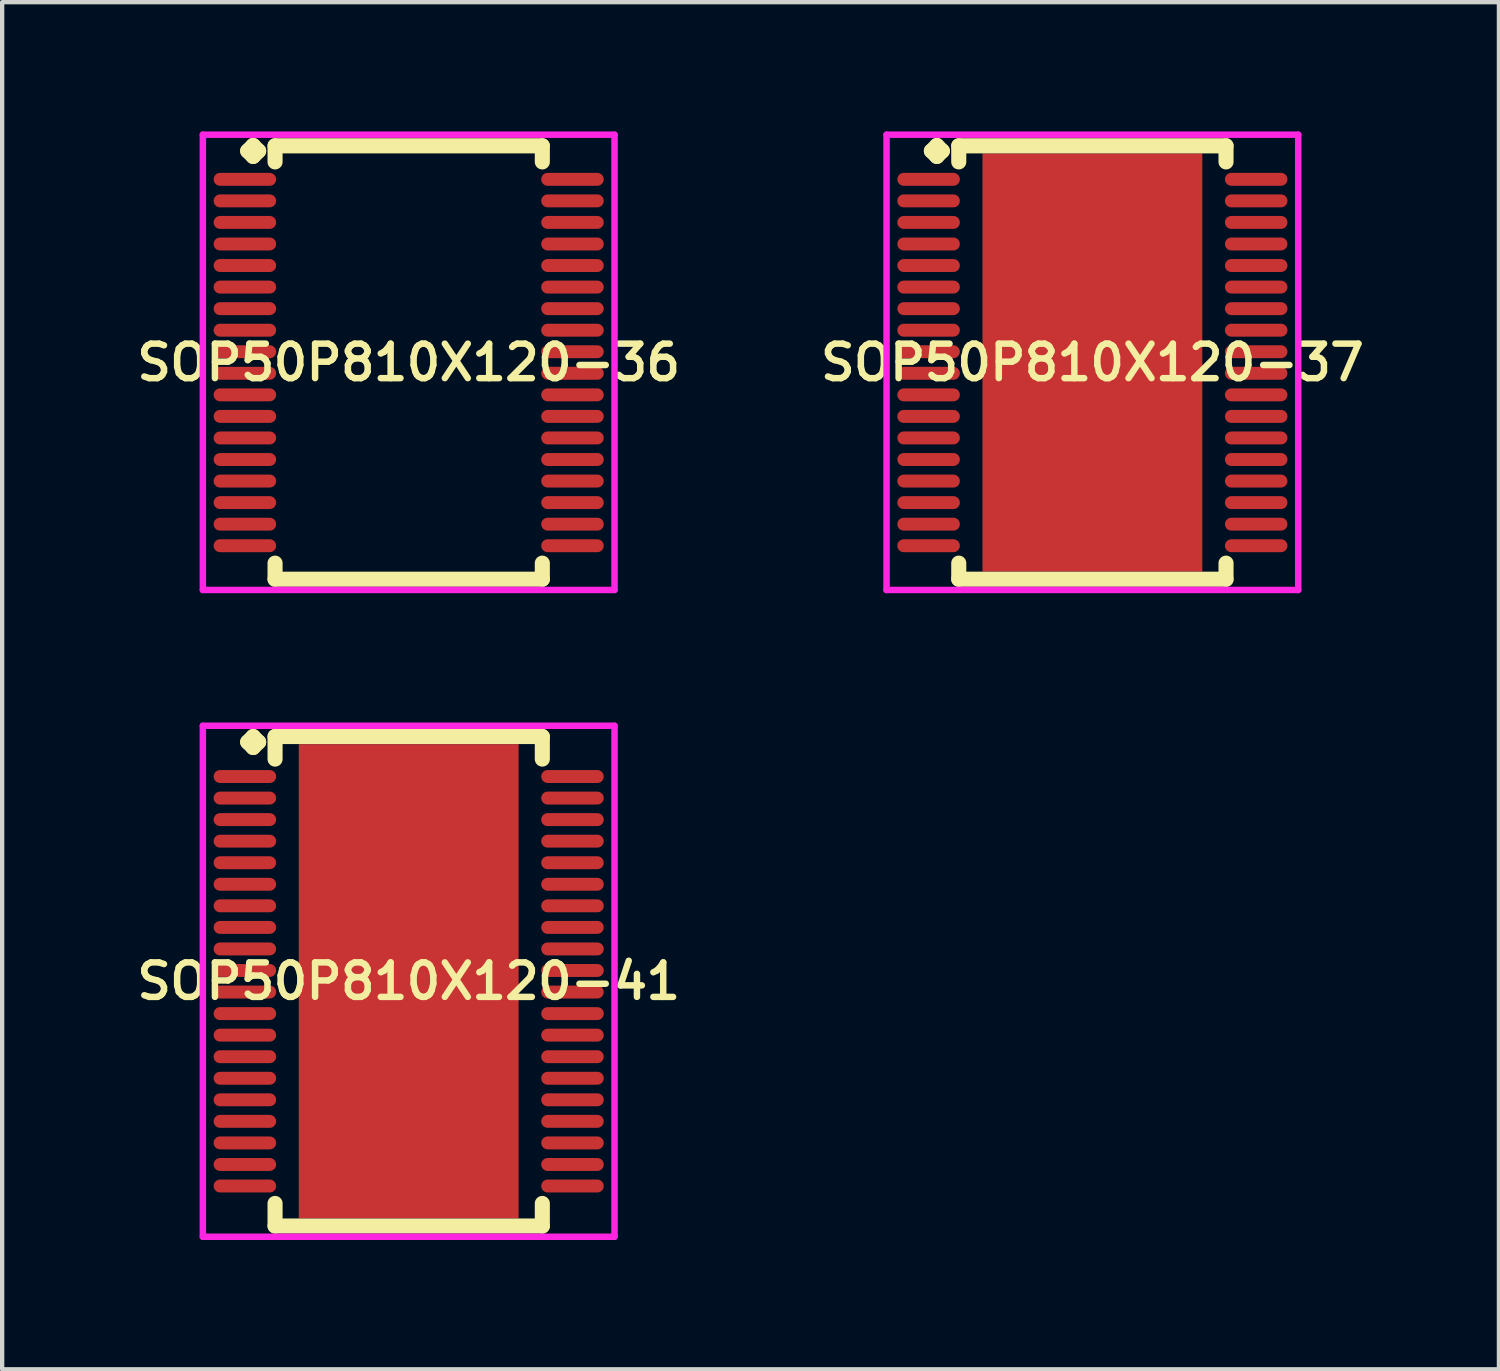
<source format=kicad_pcb>
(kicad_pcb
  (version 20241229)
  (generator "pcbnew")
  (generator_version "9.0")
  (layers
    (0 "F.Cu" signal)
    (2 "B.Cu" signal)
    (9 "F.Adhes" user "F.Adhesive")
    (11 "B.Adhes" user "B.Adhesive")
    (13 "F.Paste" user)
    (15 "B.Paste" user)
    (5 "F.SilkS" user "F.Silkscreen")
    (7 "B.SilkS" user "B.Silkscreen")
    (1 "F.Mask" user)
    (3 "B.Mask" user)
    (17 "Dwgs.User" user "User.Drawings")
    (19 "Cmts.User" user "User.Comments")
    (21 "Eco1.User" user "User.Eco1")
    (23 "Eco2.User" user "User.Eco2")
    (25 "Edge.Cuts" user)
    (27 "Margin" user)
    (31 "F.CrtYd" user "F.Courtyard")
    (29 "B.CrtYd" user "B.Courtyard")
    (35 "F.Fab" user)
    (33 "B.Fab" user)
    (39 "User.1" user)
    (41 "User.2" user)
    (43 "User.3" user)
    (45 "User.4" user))
  (footprint "SOP50P810X120-37"
    (layer "F.Cu")
    (at 22.292 5.36)
    (property "Reference" "SOP50P810X120-37" (at 0 0 0) (layer "F.SilkS") (effects (font (size 0.8 0.8) (thickness 0.15))))
    (attr smd)
    (fp_line (start -3.735 -4.908) (end -3.608 -5.035) (stroke (width 0.35) (type solid)) (layer "F.SilkS"))
    (fp_line (start -3.608 -5.035) (end -3.481 -4.908) (stroke (width 0.35) (type solid)) (layer "F.SilkS"))
    (fp_line (start -3.608 -4.781) (end -3.735 -4.908) (stroke (width 0.35) (type solid)) (layer "F.SilkS"))
    (fp_line (start -3.481 -4.908) (end -3.608 -4.781) (stroke (width 0.35) (type solid)) (layer "F.SilkS"))
    (fp_line (start -3.1 -5.027) (end 3.1 -5.027) (stroke (width 0.35) (type solid)) (layer "F.SilkS"))
    (fp_line (start -3.1 -4.654) (end -3.1 -5.027) (stroke (width 0.35) (type solid)) (layer "F.SilkS"))
    (fp_line (start -3.1 4.654) (end -3.1 5.027) (stroke (width 0.35) (type solid)) (layer "F.SilkS"))
    (fp_line (start -3.1 5.027) (end 3.1 5.027) (stroke (width 0.35) (type solid)) (layer "F.SilkS"))
    (fp_line (start 3.1 -5.027) (end 3.1 -4.654) (stroke (width 0.35) (type solid)) (layer "F.SilkS"))
    (fp_line (start 3.1 5.027) (end 3.1 4.654) (stroke (width 0.35) (type solid)) (layer "F.SilkS"))
    (fp_line (start -4.775 -5.285) (end 4.775 -5.285) (stroke (width 0.15) (type solid)) (layer "F.CrtYd"))
    (fp_line (start -4.775 5.277) (end -4.775 -5.285) (stroke (width 0.15) (type solid)) (layer "F.CrtYd"))
    (fp_line (start 4.775 -5.285) (end 4.775 5.277) (stroke (width 0.15) (type solid)) (layer "F.CrtYd"))
    (fp_line (start 4.775 5.277) (end -4.775 5.277) (stroke (width 0.15) (type solid)) (layer "F.CrtYd"))
    (pad "1" smd oval (at -3.8 -4.25) (size 1.45 0.3) (layers "F.Cu" "F.Mask" "F.Paste"))
    (pad "2" smd oval (at -3.8 -3.75) (size 1.45 0.3) (layers "F.Cu" "F.Mask" "F.Paste"))
    (pad "3" smd oval (at -3.8 -3.25) (size 1.45 0.3) (layers "F.Cu" "F.Mask" "F.Paste"))
    (pad "4" smd oval (at -3.8 -2.75) (size 1.45 0.3) (layers "F.Cu" "F.Mask" "F.Paste"))
    (pad "5" smd oval (at -3.8 -2.25) (size 1.45 0.3) (layers "F.Cu" "F.Mask" "F.Paste"))
    (pad "6" smd oval (at -3.8 -1.75) (size 1.45 0.3) (layers "F.Cu" "F.Mask" "F.Paste"))
    (pad "7" smd oval (at -3.8 -1.25) (size 1.45 0.3) (layers "F.Cu" "F.Mask" "F.Paste"))
    (pad "8" smd oval (at -3.8 -0.75) (size 1.45 0.3) (layers "F.Cu" "F.Mask" "F.Paste"))
    (pad "9" smd oval (at -3.8 -0.25) (size 1.45 0.3) (layers "F.Cu" "F.Mask" "F.Paste"))
    (pad "10" smd oval (at -3.8 0.25) (size 1.45 0.3) (layers "F.Cu" "F.Mask" "F.Paste"))
    (pad "11" smd oval (at -3.8 0.75) (size 1.45 0.3) (layers "F.Cu" "F.Mask" "F.Paste"))
    (pad "12" smd oval (at -3.8 1.25) (size 1.45 0.3) (layers "F.Cu" "F.Mask" "F.Paste"))
    (pad "13" smd oval (at -3.8 1.75) (size 1.45 0.3) (layers "F.Cu" "F.Mask" "F.Paste"))
    (pad "14" smd oval (at -3.8 2.25) (size 1.45 0.3) (layers "F.Cu" "F.Mask" "F.Paste"))
    (pad "15" smd oval (at -3.8 2.75) (size 1.45 0.3) (layers "F.Cu" "F.Mask" "F.Paste"))
    (pad "16" smd oval (at -3.8 3.25) (size 1.45 0.3) (layers "F.Cu" "F.Mask" "F.Paste"))
    (pad "17" smd oval (at -3.8 3.75) (size 1.45 0.3) (layers "F.Cu" "F.Mask" "F.Paste"))
    (pad "18" smd oval (at -3.8 4.25) (size 1.45 0.3) (layers "F.Cu" "F.Mask" "F.Paste"))
    (pad "19" smd oval (at 3.8 4.25) (size 1.45 0.3) (layers "F.Cu" "F.Mask" "F.Paste"))
    (pad "20" smd oval (at 3.8 3.75) (size 1.45 0.3) (layers "F.Cu" "F.Mask" "F.Paste"))
    (pad "21" smd oval (at 3.8 3.25) (size 1.45 0.3) (layers "F.Cu" "F.Mask" "F.Paste"))
    (pad "22" smd oval (at 3.8 2.75) (size 1.45 0.3) (layers "F.Cu" "F.Mask" "F.Paste"))
    (pad "23" smd oval (at 3.8 2.25) (size 1.45 0.3) (layers "F.Cu" "F.Mask" "F.Paste"))
    (pad "24" smd oval (at 3.8 1.75) (size 1.45 0.3) (layers "F.Cu" "F.Mask" "F.Paste"))
    (pad "25" smd oval (at 3.8 1.25) (size 1.45 0.3) (layers "F.Cu" "F.Mask" "F.Paste"))
    (pad "26" smd oval (at 3.8 0.75) (size 1.45 0.3) (layers "F.Cu" "F.Mask" "F.Paste"))
    (pad "27" smd oval (at 3.8 0.25) (size 1.45 0.3) (layers "F.Cu" "F.Mask" "F.Paste"))
    (pad "28" smd oval (at 3.8 -0.25) (size 1.45 0.3) (layers "F.Cu" "F.Mask" "F.Paste"))
    (pad "29" smd oval (at 3.8 -0.75) (size 1.45 0.3) (layers "F.Cu" "F.Mask" "F.Paste"))
    (pad "30" smd oval (at 3.8 -1.25) (size 1.45 0.3) (layers "F.Cu" "F.Mask" "F.Paste"))
    (pad "31" smd oval (at 3.8 -1.75) (size 1.45 0.3) (layers "F.Cu" "F.Mask" "F.Paste"))
    (pad "32" smd oval (at 3.8 -2.25) (size 1.45 0.3) (layers "F.Cu" "F.Mask" "F.Paste"))
    (pad "33" smd oval (at 3.8 -2.75) (size 1.45 0.3) (layers "F.Cu" "F.Mask" "F.Paste"))
    (pad "34" smd oval (at 3.8 -3.25) (size 1.45 0.3) (layers "F.Cu" "F.Mask" "F.Paste"))
    (pad "35" smd oval (at 3.8 -3.75) (size 1.45 0.3) (layers "F.Cu" "F.Mask" "F.Paste"))
    (pad "36" smd oval (at 3.8 -4.25) (size 1.45 0.3) (layers "F.Cu" "F.Mask" "F.Paste"))
    (pad "37" smd rect (at 0 0) (size 5.1 9.7) (layers "F.Cu" "F.Mask" "F.Paste")))
  (footprint "SOP50P810X120-36"
    (layer "F.Cu")
    (at 6.431 5.36)
    (property "Reference" "SOP50P810X120-36" (at 0 0 0) (layer "F.SilkS") (effects (font (size 0.8 0.8) (thickness 0.15))))
    (attr smd)
    (fp_line (start -3.735 -4.908) (end -3.608 -5.035) (stroke (width 0.35) (type solid)) (layer "F.SilkS"))
    (fp_line (start -3.608 -5.035) (end -3.481 -4.908) (stroke (width 0.35) (type solid)) (layer "F.SilkS"))
    (fp_line (start -3.608 -4.781) (end -3.735 -4.908) (stroke (width 0.35) (type solid)) (layer "F.SilkS"))
    (fp_line (start -3.481 -4.908) (end -3.608 -4.781) (stroke (width 0.35) (type solid)) (layer "F.SilkS"))
    (fp_line (start -3.1 -5.027) (end 3.1 -5.027) (stroke (width 0.35) (type solid)) (layer "F.SilkS"))
    (fp_line (start -3.1 -4.654) (end -3.1 -5.027) (stroke (width 0.35) (type solid)) (layer "F.SilkS"))
    (fp_line (start -3.1 4.654) (end -3.1 5.027) (stroke (width 0.35) (type solid)) (layer "F.SilkS"))
    (fp_line (start -3.1 5.027) (end 3.1 5.027) (stroke (width 0.35) (type solid)) (layer "F.SilkS"))
    (fp_line (start 3.1 -5.027) (end 3.1 -4.654) (stroke (width 0.35) (type solid)) (layer "F.SilkS"))
    (fp_line (start 3.1 5.027) (end 3.1 4.654) (stroke (width 0.35) (type solid)) (layer "F.SilkS"))
    (fp_line (start -4.775 -5.285) (end 4.775 -5.285) (stroke (width 0.15) (type solid)) (layer "F.CrtYd"))
    (fp_line (start -4.775 5.277) (end -4.775 -5.285) (stroke (width 0.15) (type solid)) (layer "F.CrtYd"))
    (fp_line (start 4.775 -5.285) (end 4.775 5.277) (stroke (width 0.15) (type solid)) (layer "F.CrtYd"))
    (fp_line (start 4.775 5.277) (end -4.775 5.277) (stroke (width 0.15) (type solid)) (layer "F.CrtYd"))
    (pad "1" smd oval (at -3.8 -4.25) (size 1.45 0.3) (layers "F.Cu" "F.Mask" "F.Paste"))
    (pad "2" smd oval (at -3.8 -3.75) (size 1.45 0.3) (layers "F.Cu" "F.Mask" "F.Paste"))
    (pad "3" smd oval (at -3.8 -3.25) (size 1.45 0.3) (layers "F.Cu" "F.Mask" "F.Paste"))
    (pad "4" smd oval (at -3.8 -2.75) (size 1.45 0.3) (layers "F.Cu" "F.Mask" "F.Paste"))
    (pad "5" smd oval (at -3.8 -2.25) (size 1.45 0.3) (layers "F.Cu" "F.Mask" "F.Paste"))
    (pad "6" smd oval (at -3.8 -1.75) (size 1.45 0.3) (layers "F.Cu" "F.Mask" "F.Paste"))
    (pad "7" smd oval (at -3.8 -1.25) (size 1.45 0.3) (layers "F.Cu" "F.Mask" "F.Paste"))
    (pad "8" smd oval (at -3.8 -0.75) (size 1.45 0.3) (layers "F.Cu" "F.Mask" "F.Paste"))
    (pad "9" smd oval (at -3.8 -0.25) (size 1.45 0.3) (layers "F.Cu" "F.Mask" "F.Paste"))
    (pad "10" smd oval (at -3.8 0.25) (size 1.45 0.3) (layers "F.Cu" "F.Mask" "F.Paste"))
    (pad "11" smd oval (at -3.8 0.75) (size 1.45 0.3) (layers "F.Cu" "F.Mask" "F.Paste"))
    (pad "12" smd oval (at -3.8 1.25) (size 1.45 0.3) (layers "F.Cu" "F.Mask" "F.Paste"))
    (pad "13" smd oval (at -3.8 1.75) (size 1.45 0.3) (layers "F.Cu" "F.Mask" "F.Paste"))
    (pad "14" smd oval (at -3.8 2.25) (size 1.45 0.3) (layers "F.Cu" "F.Mask" "F.Paste"))
    (pad "15" smd oval (at -3.8 2.75) (size 1.45 0.3) (layers "F.Cu" "F.Mask" "F.Paste"))
    (pad "16" smd oval (at -3.8 3.25) (size 1.45 0.3) (layers "F.Cu" "F.Mask" "F.Paste"))
    (pad "17" smd oval (at -3.8 3.75) (size 1.45 0.3) (layers "F.Cu" "F.Mask" "F.Paste"))
    (pad "18" smd oval (at -3.8 4.25) (size 1.45 0.3) (layers "F.Cu" "F.Mask" "F.Paste"))
    (pad "19" smd oval (at 3.8 4.25) (size 1.45 0.3) (layers "F.Cu" "F.Mask" "F.Paste"))
    (pad "20" smd oval (at 3.8 3.75) (size 1.45 0.3) (layers "F.Cu" "F.Mask" "F.Paste"))
    (pad "21" smd oval (at 3.8 3.25) (size 1.45 0.3) (layers "F.Cu" "F.Mask" "F.Paste"))
    (pad "22" smd oval (at 3.8 2.75) (size 1.45 0.3) (layers "F.Cu" "F.Mask" "F.Paste"))
    (pad "23" smd oval (at 3.8 2.25) (size 1.45 0.3) (layers "F.Cu" "F.Mask" "F.Paste"))
    (pad "24" smd oval (at 3.8 1.75) (size 1.45 0.3) (layers "F.Cu" "F.Mask" "F.Paste"))
    (pad "25" smd oval (at 3.8 1.25) (size 1.45 0.3) (layers "F.Cu" "F.Mask" "F.Paste"))
    (pad "26" smd oval (at 3.8 0.75) (size 1.45 0.3) (layers "F.Cu" "F.Mask" "F.Paste"))
    (pad "27" smd oval (at 3.8 0.25) (size 1.45 0.3) (layers "F.Cu" "F.Mask" "F.Paste"))
    (pad "28" smd oval (at 3.8 -0.25) (size 1.45 0.3) (layers "F.Cu" "F.Mask" "F.Paste"))
    (pad "29" smd oval (at 3.8 -0.75) (size 1.45 0.3) (layers "F.Cu" "F.Mask" "F.Paste"))
    (pad "30" smd oval (at 3.8 -1.25) (size 1.45 0.3) (layers "F.Cu" "F.Mask" "F.Paste"))
    (pad "31" smd oval (at 3.8 -1.75) (size 1.45 0.3) (layers "F.Cu" "F.Mask" "F.Paste"))
    (pad "32" smd oval (at 3.8 -2.25) (size 1.45 0.3) (layers "F.Cu" "F.Mask" "F.Paste"))
    (pad "33" smd oval (at 3.8 -2.75) (size 1.45 0.3) (layers "F.Cu" "F.Mask" "F.Paste"))
    (pad "34" smd oval (at 3.8 -3.25) (size 1.45 0.3) (layers "F.Cu" "F.Mask" "F.Paste"))
    (pad "35" smd oval (at 3.8 -3.75) (size 1.45 0.3) (layers "F.Cu" "F.Mask" "F.Paste"))
    (pad "36" smd oval (at 3.8 -4.25) (size 1.45 0.3) (layers "F.Cu" "F.Mask" "F.Paste")))
  (footprint "SOP50P810X120-41"
    (layer "F.Cu")
    (at 6.431 19.714)
    (property "Reference" "SOP50P810X120-41" (at 0 0 0) (layer "F.SilkS") (effects (font (size 0.8 0.8) (thickness 0.15))))
    (attr smd)
    (fp_line (start -3.735 -5.55) (end -3.608 -5.677) (stroke (width 0.35) (type solid)) (layer "F.SilkS"))
    (fp_line (start -3.608 -5.677) (end -3.481 -5.55) (stroke (width 0.35) (type solid)) (layer "F.SilkS"))
    (fp_line (start -3.608 -5.423) (end -3.735 -5.55) (stroke (width 0.35) (type solid)) (layer "F.SilkS"))
    (fp_line (start -3.481 -5.55) (end -3.608 -5.423) (stroke (width 0.35) (type solid)) (layer "F.SilkS"))
    (fp_line (start -3.1 -5.677) (end 3.1 -5.677) (stroke (width 0.35) (type solid)) (layer "F.SilkS"))
    (fp_line (start -3.1 -5.154) (end -3.1 -5.677) (stroke (width 0.35) (type solid)) (layer "F.SilkS"))
    (fp_line (start -3.1 5.154) (end -3.1 5.677) (stroke (width 0.35) (type solid)) (layer "F.SilkS"))
    (fp_line (start -3.1 5.677) (end 3.1 5.677) (stroke (width 0.35) (type solid)) (layer "F.SilkS"))
    (fp_line (start 3.1 -5.677) (end 3.1 -5.154) (stroke (width 0.35) (type solid)) (layer "F.SilkS"))
    (fp_line (start 3.1 5.677) (end 3.1 5.154) (stroke (width 0.35) (type solid)) (layer "F.SilkS"))
    (fp_line (start -4.775 -5.927) (end 4.775 -5.927) (stroke (width 0.15) (type solid)) (layer "F.CrtYd"))
    (fp_line (start -4.775 5.927) (end -4.775 -5.927) (stroke (width 0.15) (type solid)) (layer "F.CrtYd"))
    (fp_line (start 4.775 -5.927) (end 4.775 5.927) (stroke (width 0.15) (type solid)) (layer "F.CrtYd"))
    (fp_line (start 4.775 5.927) (end -4.775 5.927) (stroke (width 0.15) (type solid)) (layer "F.CrtYd"))
    (pad "1" smd oval (at -3.8 -4.75) (size 1.45 0.3) (layers "F.Cu" "F.Mask" "F.Paste"))
    (pad "2" smd oval (at -3.8 -4.25) (size 1.45 0.3) (layers "F.Cu" "F.Mask" "F.Paste"))
    (pad "3" smd oval (at -3.8 -3.75) (size 1.45 0.3) (layers "F.Cu" "F.Mask" "F.Paste"))
    (pad "4" smd oval (at -3.8 -3.25) (size 1.45 0.3) (layers "F.Cu" "F.Mask" "F.Paste"))
    (pad "5" smd oval (at -3.8 -2.75) (size 1.45 0.3) (layers "F.Cu" "F.Mask" "F.Paste"))
    (pad "6" smd oval (at -3.8 -2.25) (size 1.45 0.3) (layers "F.Cu" "F.Mask" "F.Paste"))
    (pad "7" smd oval (at -3.8 -1.75) (size 1.45 0.3) (layers "F.Cu" "F.Mask" "F.Paste"))
    (pad "8" smd oval (at -3.8 -1.25) (size 1.45 0.3) (layers "F.Cu" "F.Mask" "F.Paste"))
    (pad "9" smd oval (at -3.8 -0.75) (size 1.45 0.3) (layers "F.Cu" "F.Mask" "F.Paste"))
    (pad "10" smd oval (at -3.8 -0.25) (size 1.45 0.3) (layers "F.Cu" "F.Mask" "F.Paste"))
    (pad "11" smd oval (at -3.8 0.25) (size 1.45 0.3) (layers "F.Cu" "F.Mask" "F.Paste"))
    (pad "12" smd oval (at -3.8 0.75) (size 1.45 0.3) (layers "F.Cu" "F.Mask" "F.Paste"))
    (pad "13" smd oval (at -3.8 1.25) (size 1.45 0.3) (layers "F.Cu" "F.Mask" "F.Paste"))
    (pad "14" smd oval (at -3.8 1.75) (size 1.45 0.3) (layers "F.Cu" "F.Mask" "F.Paste"))
    (pad "15" smd oval (at -3.8 2.25) (size 1.45 0.3) (layers "F.Cu" "F.Mask" "F.Paste"))
    (pad "16" smd oval (at -3.8 2.75) (size 1.45 0.3) (layers "F.Cu" "F.Mask" "F.Paste"))
    (pad "17" smd oval (at -3.8 3.25) (size 1.45 0.3) (layers "F.Cu" "F.Mask" "F.Paste"))
    (pad "18" smd oval (at -3.8 3.75) (size 1.45 0.3) (layers "F.Cu" "F.Mask" "F.Paste"))
    (pad "19" smd oval (at -3.8 4.25) (size 1.45 0.3) (layers "F.Cu" "F.Mask" "F.Paste"))
    (pad "20" smd oval (at -3.8 4.75) (size 1.45 0.3) (layers "F.Cu" "F.Mask" "F.Paste"))
    (pad "21" smd oval (at 3.8 4.75) (size 1.45 0.3) (layers "F.Cu" "F.Mask" "F.Paste"))
    (pad "22" smd oval (at 3.8 4.25) (size 1.45 0.3) (layers "F.Cu" "F.Mask" "F.Paste"))
    (pad "23" smd oval (at 3.8 3.75) (size 1.45 0.3) (layers "F.Cu" "F.Mask" "F.Paste"))
    (pad "24" smd oval (at 3.8 3.25) (size 1.45 0.3) (layers "F.Cu" "F.Mask" "F.Paste"))
    (pad "25" smd oval (at 3.8 2.75) (size 1.45 0.3) (layers "F.Cu" "F.Mask" "F.Paste"))
    (pad "26" smd oval (at 3.8 2.25) (size 1.45 0.3) (layers "F.Cu" "F.Mask" "F.Paste"))
    (pad "27" smd oval (at 3.8 1.75) (size 1.45 0.3) (layers "F.Cu" "F.Mask" "F.Paste"))
    (pad "28" smd oval (at 3.8 1.25) (size 1.45 0.3) (layers "F.Cu" "F.Mask" "F.Paste"))
    (pad "29" smd oval (at 3.8 0.75) (size 1.45 0.3) (layers "F.Cu" "F.Mask" "F.Paste"))
    (pad "30" smd oval (at 3.8 0.25) (size 1.45 0.3) (layers "F.Cu" "F.Mask" "F.Paste"))
    (pad "31" smd oval (at 3.8 -0.25) (size 1.45 0.3) (layers "F.Cu" "F.Mask" "F.Paste"))
    (pad "32" smd oval (at 3.8 -0.75) (size 1.45 0.3) (layers "F.Cu" "F.Mask" "F.Paste"))
    (pad "33" smd oval (at 3.8 -1.25) (size 1.45 0.3) (layers "F.Cu" "F.Mask" "F.Paste"))
    (pad "34" smd oval (at 3.8 -1.75) (size 1.45 0.3) (layers "F.Cu" "F.Mask" "F.Paste"))
    (pad "35" smd oval (at 3.8 -2.25) (size 1.45 0.3) (layers "F.Cu" "F.Mask" "F.Paste"))
    (pad "36" smd oval (at 3.8 -2.75) (size 1.45 0.3) (layers "F.Cu" "F.Mask" "F.Paste"))
    (pad "37" smd oval (at 3.8 -3.25) (size 1.45 0.3) (layers "F.Cu" "F.Mask" "F.Paste"))
    (pad "38" smd oval (at 3.8 -3.75) (size 1.45 0.3) (layers "F.Cu" "F.Mask" "F.Paste"))
    (pad "39" smd oval (at 3.8 -4.25) (size 1.45 0.3) (layers "F.Cu" "F.Mask" "F.Paste"))
    (pad "40" smd oval (at 3.8 -4.75) (size 1.45 0.3) (layers "F.Cu" "F.Mask" "F.Paste"))
    (pad "41" smd rect (at 0 0) (size 5.1 11) (layers "F.Cu" "F.Mask" "F.Paste")))
  (gr_rect
    (start -3 -3)
    (end 31.723 28.716)
    (stroke (width 0.1) (type default))
    (fill no)
    (layer "Edge.Cuts")))
</source>
